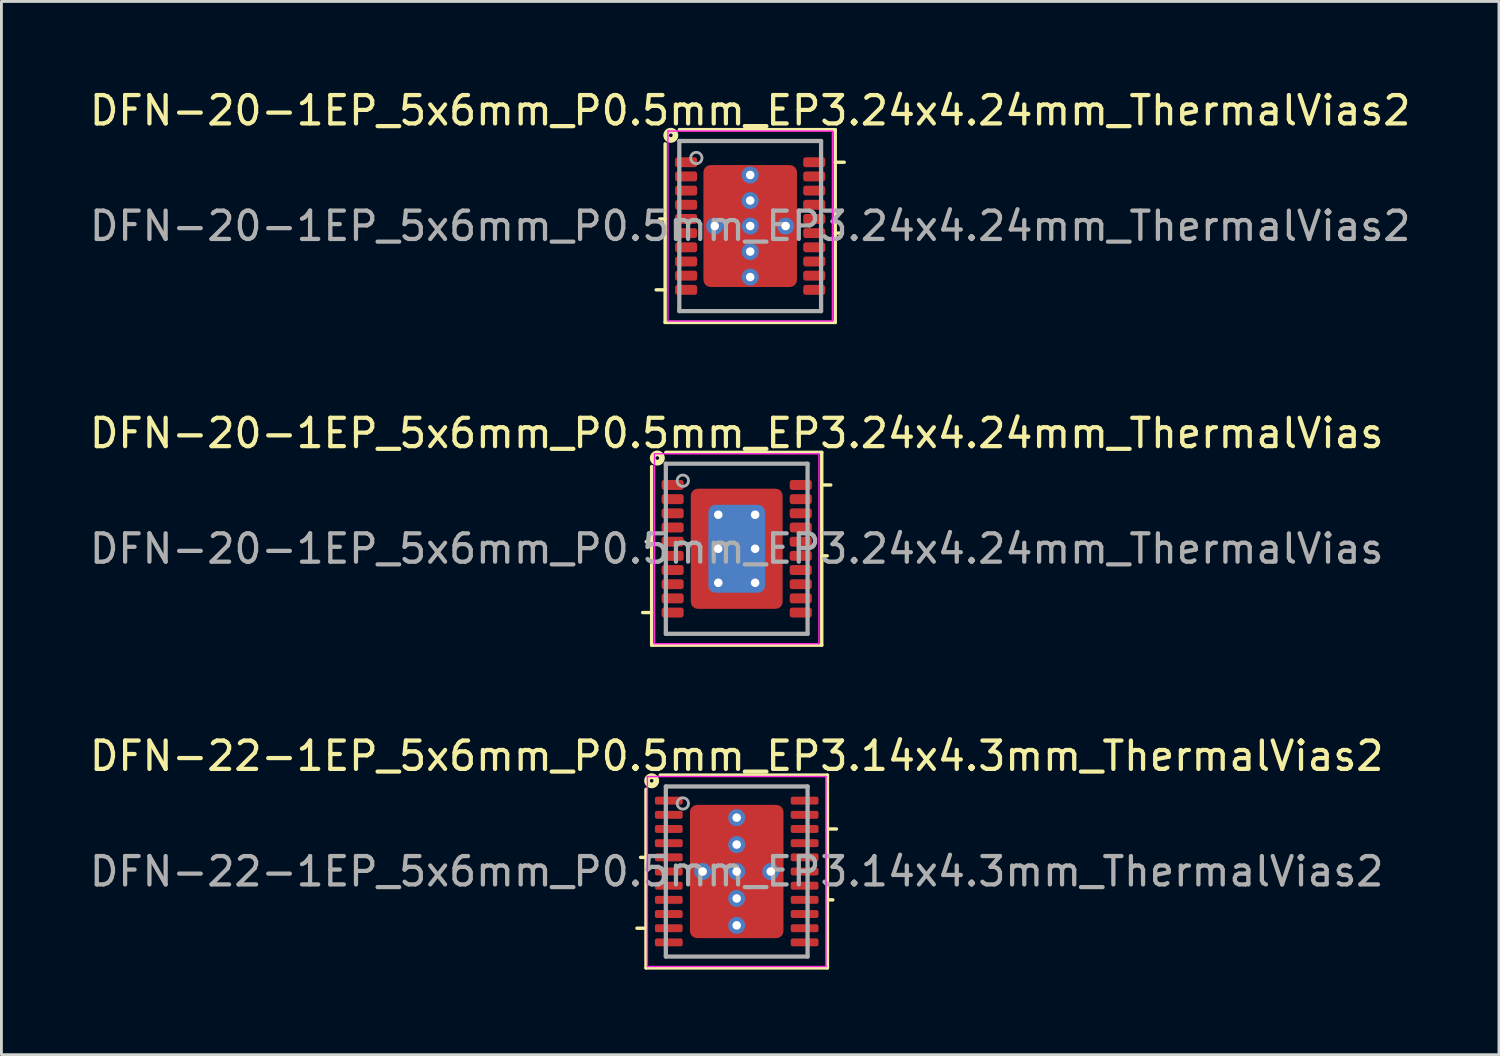
<source format=kicad_pcb>
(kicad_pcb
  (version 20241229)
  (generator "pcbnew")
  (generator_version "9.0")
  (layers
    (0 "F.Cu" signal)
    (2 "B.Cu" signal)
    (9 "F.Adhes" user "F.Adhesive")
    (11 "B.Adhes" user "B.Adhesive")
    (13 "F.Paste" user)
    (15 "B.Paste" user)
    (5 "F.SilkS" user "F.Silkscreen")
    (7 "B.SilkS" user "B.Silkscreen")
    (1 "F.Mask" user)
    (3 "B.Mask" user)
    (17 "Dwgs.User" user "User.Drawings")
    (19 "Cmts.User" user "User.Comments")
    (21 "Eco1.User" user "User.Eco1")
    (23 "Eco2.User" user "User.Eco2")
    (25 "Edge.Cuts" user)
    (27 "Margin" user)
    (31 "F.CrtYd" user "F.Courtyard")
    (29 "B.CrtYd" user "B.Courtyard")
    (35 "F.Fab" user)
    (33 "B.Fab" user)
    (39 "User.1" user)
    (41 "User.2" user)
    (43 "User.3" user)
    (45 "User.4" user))
  (footprint "DFN-20-1EP_5x6mm_P0.5mm_EP3.24x4.24mm_ThermalVias2"
    (layer "F.Cu")
    (at 23.411 4.923)
    (property "Reference" "DFN-20-1EP_5x6mm_P0.5mm_EP3.24x4.24mm_ThermalVias2" (at 0 -4.075 0) (layer "F.SilkS") (effects (font (size 1 1) (thickness 0.15))))
    (attr smd)
    (fp_line (start -3 -0.25) (end -3.191 -0.25) (stroke (width 0.12) (type solid)) (layer "F.SilkS"))
    (fp_line (start -3 2.25) (end -3.317 2.25) (stroke (width 0.12) (type solid)) (layer "F.SilkS"))
    (fp_line (start -3 3.4) (end -3 -2.9) (stroke (width 0.12) (type solid)) (layer "F.SilkS"))
    (fp_line (start -2.5 -3.4) (end 3 -3.4) (stroke (width 0.12) (type solid)) (layer "F.SilkS"))
    (fp_line (start 3 -3.4) (end 3 3.4) (stroke (width 0.12) (type solid)) (layer "F.SilkS"))
    (fp_line (start 3 -2.25) (end 3.317 -2.25) (stroke (width 0.12) (type solid)) (layer "F.SilkS"))
    (fp_line (start 3 0.25) (end 3.191 0.25) (stroke (width 0.12) (type solid)) (layer "F.SilkS"))
    (fp_line (start 3 3.4) (end -3 3.4) (stroke (width 0.12) (type solid)) (layer "F.SilkS"))
    (fp_circle (center -2.8 -3.2) (end -2.736 -3.2) (stroke (width 0.2) (type solid)) (fill no) (layer "F.SilkS"))
    (fp_line (start -2.9 -3.35) (end -2.9 3.35) (stroke (width 0.05) (type solid)) (layer "F.CrtYd"))
    (fp_line (start -2.9 -3.35) (end 2.9 -3.35) (stroke (width 0.05) (type solid)) (layer "F.CrtYd"))
    (fp_line (start -2.9 3.35) (end 2.9 3.35) (stroke (width 0.05) (type solid)) (layer "F.CrtYd"))
    (fp_line (start 2.9 -3.35) (end 2.9 3.35) (stroke (width 0.05) (type solid)) (layer "F.CrtYd"))
    (fp_line (start -2.5 -3) (end 2.5 -3) (stroke (width 0.15) (type solid)) (layer "F.Fab"))
    (fp_line (start -2.5 3) (end -2.5 -3) (stroke (width 0.15) (type solid)) (layer "F.Fab"))
    (fp_line (start 2.5 -3) (end 2.5 3) (stroke (width 0.15) (type solid)) (layer "F.Fab"))
    (fp_line (start 2.5 3) (end -2.5 3) (stroke (width 0.15) (type solid)) (layer "F.Fab"))
    (fp_circle (center -1.9 -2.4) (end -1.7 -2.4) (stroke (width 0.1) (type solid)) (fill no) (layer "F.Fab"))
    (fp_text user "${REFERENCE}" (at 0 0 0) (layer "F.Fab") (effects (font (size 1 1) (thickness 0.15))))
    (pad "" smd roundrect (at -0.925 -1.587) (size 1.05 0.625) (layers "F.Paste") (roundrect_rratio 0.25))
    (pad "" smd roundrect (at -0.925 -1.175) (size 1.25 1.75) (layers "F.Mask") (roundrect_rratio 0.192))
    (pad "" smd roundrect (at -0.925 -0.762) (size 1.05 0.625) (layers "F.Paste") (roundrect_rratio 0.25))
    (pad "" smd roundrect (at -0.925 0.762) (size 1.05 0.625) (layers "F.Paste") (roundrect_rratio 0.25))
    (pad "" smd roundrect (at -0.925 1.175) (size 1.25 1.75) (layers "F.Mask") (roundrect_rratio 0.192))
    (pad "" smd roundrect (at -0.925 1.587) (size 1.05 0.625) (layers "F.Paste") (roundrect_rratio 0.25))
    (pad "" smd roundrect (at 0.925 -1.587) (size 1.05 0.625) (layers "F.Paste") (roundrect_rratio 0.25))
    (pad "" smd roundrect (at 0.925 -1.175) (size 1.25 1.75) (layers "F.Mask") (roundrect_rratio 0.192))
    (pad "" smd roundrect (at 0.925 -0.762) (size 1.05 0.625) (layers "F.Paste") (roundrect_rratio 0.25))
    (pad "" smd roundrect (at 0.925 0.762) (size 1.05 0.625) (layers "F.Paste") (roundrect_rratio 0.25))
    (pad "" smd roundrect (at 0.925 1.175) (size 1.25 1.75) (layers "F.Mask") (roundrect_rratio 0.192))
    (pad "" smd roundrect (at 0.925 1.587) (size 1.05 0.625) (layers "F.Paste") (roundrect_rratio 0.25))
    (pad "1" smd roundrect (at -2.26 -2.25) (size 0.78 0.35) (layers "F.Cu" "F.Mask" "F.Paste") (roundrect_rratio 0.25))
    (pad "2" smd roundrect (at -2.26 -1.75) (size 0.78 0.35) (layers "F.Cu" "F.Mask" "F.Paste") (roundrect_rratio 0.25))
    (pad "3" smd roundrect (at -2.26 -1.25) (size 0.78 0.35) (layers "F.Cu" "F.Mask" "F.Paste") (roundrect_rratio 0.25))
    (pad "4" smd roundrect (at -2.26 -0.75) (size 0.78 0.35) (layers "F.Cu" "F.Mask" "F.Paste") (roundrect_rratio 0.25))
    (pad "5" smd roundrect (at -2.26 -0.25) (size 0.78 0.35) (layers "F.Cu" "F.Mask" "F.Paste") (roundrect_rratio 0.25))
    (pad "6" smd roundrect (at -2.26 0.25) (size 0.78 0.35) (layers "F.Cu" "F.Mask" "F.Paste") (roundrect_rratio 0.25))
    (pad "7" smd roundrect (at -2.26 0.75) (size 0.78 0.35) (layers "F.Cu" "F.Mask" "F.Paste") (roundrect_rratio 0.25))
    (pad "8" smd roundrect (at -2.26 1.25) (size 0.78 0.35) (layers "F.Cu" "F.Mask" "F.Paste") (roundrect_rratio 0.25))
    (pad "9" smd roundrect (at -2.26 1.75) (size 0.78 0.35) (layers "F.Cu" "F.Mask" "F.Paste") (roundrect_rratio 0.25))
    (pad "10" smd roundrect (at -2.26 2.25) (size 0.78 0.35) (layers "F.Cu" "F.Mask" "F.Paste") (roundrect_rratio 0.25))
    (pad "11" smd roundrect (at 2.26 2.25) (size 0.78 0.35) (layers "F.Cu" "F.Mask" "F.Paste") (roundrect_rratio 0.25))
    (pad "12" smd roundrect (at 2.26 1.75) (size 0.78 0.35) (layers "F.Cu" "F.Mask" "F.Paste") (roundrect_rratio 0.25))
    (pad "13" smd roundrect (at 2.26 1.25) (size 0.78 0.35) (layers "F.Cu" "F.Mask" "F.Paste") (roundrect_rratio 0.25))
    (pad "14" smd roundrect (at 2.26 0.75) (size 0.78 0.35) (layers "F.Cu" "F.Mask" "F.Paste") (roundrect_rratio 0.25))
    (pad "15" smd roundrect (at 2.26 0.25) (size 0.78 0.35) (layers "F.Cu" "F.Mask" "F.Paste") (roundrect_rratio 0.25))
    (pad "16" smd roundrect (at 2.26 -0.25) (size 0.78 0.35) (layers "F.Cu" "F.Mask" "F.Paste") (roundrect_rratio 0.25))
    (pad "17" smd roundrect (at 2.26 -0.75) (size 0.78 0.35) (layers "F.Cu" "F.Mask" "F.Paste") (roundrect_rratio 0.25))
    (pad "18" smd roundrect (at 2.26 -1.25) (size 0.78 0.35) (layers "F.Cu" "F.Mask" "F.Paste") (roundrect_rratio 0.25))
    (pad "19" smd roundrect (at 2.26 -1.75) (size 0.78 0.35) (layers "F.Cu" "F.Mask" "F.Paste") (roundrect_rratio 0.25))
    (pad "20" smd roundrect (at 2.26 -2.25) (size 0.78 0.35) (layers "F.Cu" "F.Mask" "F.Paste") (roundrect_rratio 0.25))
    (pad "21" thru_hole circle (at -1.25 0) (size 0.6 0.6) (drill 0.3) (property pad_prop_heatsink) (layers "*.Cu" "*.Mask"))
    (pad "21" thru_hole circle (at 0 -1.8) (size 0.6 0.6) (drill 0.3) (property pad_prop_heatsink) (layers "*.Cu" "*.Mask"))
    (pad "21" thru_hole circle (at 0 -0.9) (size 0.6 0.6) (drill 0.3) (property pad_prop_heatsink) (layers "*.Cu" "*.Mask"))
    (pad "21" thru_hole circle (at 0 0) (size 0.6 0.6) (drill 0.3) (property pad_prop_heatsink) (layers "*.Cu" "*.Mask"))
    (pad "21" smd roundrect (at 0 0) (size 3.3 4.3) (layers "F.Cu") (roundrect_rratio 0.076))
    (pad "21" thru_hole circle (at 0 0.9) (size 0.6 0.6) (drill 0.3) (property pad_prop_heatsink) (layers "*.Cu" "*.Mask"))
    (pad "21" thru_hole circle (at 0 1.8) (size 0.6 0.6) (drill 0.3) (property pad_prop_heatsink) (layers "*.Cu" "*.Mask"))
    (pad "21" thru_hole circle (at 1.25 0) (size 0.6 0.6) (drill 0.3) (property pad_prop_heatsink) (layers "*.Cu" "*.Mask")))
  (footprint "DFN-20-1EP_5x6mm_P0.5mm_EP3.24x4.24mm_ThermalVias"
    (layer "F.Cu")
    (at 22.935 16.306)
    (property "Reference" "DFN-20-1EP_5x6mm_P0.5mm_EP3.24x4.24mm_ThermalVias" (at 0 -4.075 0) (layer "F.SilkS") (effects (font (size 1 1) (thickness 0.15))))
    (attr smd)
    (fp_line (start -3 -0.25) (end -3.191 -0.25) (stroke (width 0.12) (type solid)) (layer "F.SilkS"))
    (fp_line (start -3 2.25) (end -3.317 2.25) (stroke (width 0.12) (type solid)) (layer "F.SilkS"))
    (fp_line (start -3 3.4) (end -3 -2.9) (stroke (width 0.12) (type solid)) (layer "F.SilkS"))
    (fp_line (start -2.5 -3.4) (end 3 -3.4) (stroke (width 0.12) (type solid)) (layer "F.SilkS"))
    (fp_line (start 3 -3.4) (end 3 3.4) (stroke (width 0.12) (type solid)) (layer "F.SilkS"))
    (fp_line (start 3 -2.25) (end 3.317 -2.25) (stroke (width 0.12) (type solid)) (layer "F.SilkS"))
    (fp_line (start 3 0.25) (end 3.191 0.25) (stroke (width 0.12) (type solid)) (layer "F.SilkS"))
    (fp_line (start 3 3.4) (end -3 3.4) (stroke (width 0.12) (type solid)) (layer "F.SilkS"))
    (fp_circle (center -2.8 -3.2) (end -2.736 -3.2) (stroke (width 0.2) (type solid)) (fill no) (layer "F.SilkS"))
    (fp_line (start -2.9 -3.35) (end -2.9 3.35) (stroke (width 0.05) (type solid)) (layer "F.CrtYd"))
    (fp_line (start -2.9 -3.35) (end 2.9 -3.35) (stroke (width 0.05) (type solid)) (layer "F.CrtYd"))
    (fp_line (start -2.9 3.35) (end 2.9 3.35) (stroke (width 0.05) (type solid)) (layer "F.CrtYd"))
    (fp_line (start 2.9 -3.35) (end 2.9 3.35) (stroke (width 0.05) (type solid)) (layer "F.CrtYd"))
    (fp_line (start -2.5 -3) (end 2.5 -3) (stroke (width 0.15) (type solid)) (layer "F.Fab"))
    (fp_line (start -2.5 3) (end -2.5 -3) (stroke (width 0.15) (type solid)) (layer "F.Fab"))
    (fp_line (start 2.5 -3) (end 2.5 3) (stroke (width 0.15) (type solid)) (layer "F.Fab"))
    (fp_line (start 2.5 3) (end -2.5 3) (stroke (width 0.15) (type solid)) (layer "F.Fab"))
    (fp_circle (center -1.9 -2.4) (end -1.7 -2.4) (stroke (width 0.1) (type solid)) (fill no) (layer "F.Fab"))
    (fp_text user "${REFERENCE}" (at 0 0 0) (layer "F.Fab") (effects (font (size 1 1) (thickness 0.15))))
    (pad "" smd roundrect (at -1.15 -1.675) (size 0.8 0.75) (layers "F.Paste") (roundrect_rratio 0.25))
    (pad "" smd roundrect (at -1.15 -0.6) (size 0.8 1) (layers "F.Paste") (roundrect_rratio 0.25))
    (pad "" smd roundrect (at -1.15 0.6) (size 0.8 1) (layers "F.Paste") (roundrect_rratio 0.25))
    (pad "" smd roundrect (at -1.15 1.675) (size 0.8 0.75) (layers "F.Paste") (roundrect_rratio 0.25))
    (pad "" smd roundrect (at 0 -1.675) (size 1.1 0.75) (layers "F.Paste") (roundrect_rratio 0.25))
    (pad "" smd roundrect (at 0 -0.6) (size 1.1 1) (layers "F.Paste") (roundrect_rratio 0.25))
    (pad "" smd roundrect (at 0 0.6) (size 1.1 1) (layers "F.Paste") (roundrect_rratio 0.25))
    (pad "" smd roundrect (at 0 1.675) (size 1.1 0.75) (layers "F.Paste") (roundrect_rratio 0.25))
    (pad "" smd roundrect (at 1.15 -1.675) (size 0.8 0.75) (layers "F.Paste") (roundrect_rratio 0.25))
    (pad "" smd roundrect (at 1.15 -0.6) (size 0.8 1) (layers "F.Paste") (roundrect_rratio 0.25))
    (pad "" smd roundrect (at 1.15 0.6) (size 0.8 1) (layers "F.Paste") (roundrect_rratio 0.25))
    (pad "" smd roundrect (at 1.15 1.675) (size 0.8 0.75) (layers "F.Paste") (roundrect_rratio 0.25))
    (pad "1" smd roundrect (at -2.26 -2.25) (size 0.78 0.35) (layers "F.Cu" "F.Mask" "F.Paste") (roundrect_rratio 0.25))
    (pad "2" smd roundrect (at -2.26 -1.75) (size 0.78 0.35) (layers "F.Cu" "F.Mask" "F.Paste") (roundrect_rratio 0.25))
    (pad "3" smd roundrect (at -2.26 -1.25) (size 0.78 0.35) (layers "F.Cu" "F.Mask" "F.Paste") (roundrect_rratio 0.25))
    (pad "4" smd roundrect (at -2.26 -0.75) (size 0.78 0.35) (layers "F.Cu" "F.Mask" "F.Paste") (roundrect_rratio 0.25))
    (pad "5" smd roundrect (at -2.26 -0.25) (size 0.78 0.35) (layers "F.Cu" "F.Mask" "F.Paste") (roundrect_rratio 0.25))
    (pad "6" smd roundrect (at -2.26 0.25) (size 0.78 0.35) (layers "F.Cu" "F.Mask" "F.Paste") (roundrect_rratio 0.25))
    (pad "7" smd roundrect (at -2.26 0.75) (size 0.78 0.35) (layers "F.Cu" "F.Mask" "F.Paste") (roundrect_rratio 0.25))
    (pad "8" smd roundrect (at -2.26 1.25) (size 0.78 0.35) (layers "F.Cu" "F.Mask" "F.Paste") (roundrect_rratio 0.25))
    (pad "9" smd roundrect (at -2.26 1.75) (size 0.78 0.35) (layers "F.Cu" "F.Mask" "F.Paste") (roundrect_rratio 0.25))
    (pad "10" smd roundrect (at -2.26 2.25) (size 0.78 0.35) (layers "F.Cu" "F.Mask" "F.Paste") (roundrect_rratio 0.25))
    (pad "11" smd roundrect (at 2.26 2.25) (size 0.78 0.35) (layers "F.Cu" "F.Mask" "F.Paste") (roundrect_rratio 0.25))
    (pad "12" smd roundrect (at 2.26 1.75) (size 0.78 0.35) (layers "F.Cu" "F.Mask" "F.Paste") (roundrect_rratio 0.25))
    (pad "13" smd roundrect (at 2.26 1.25) (size 0.78 0.35) (layers "F.Cu" "F.Mask" "F.Paste") (roundrect_rratio 0.25))
    (pad "14" smd roundrect (at 2.26 0.75) (size 0.78 0.35) (layers "F.Cu" "F.Mask" "F.Paste") (roundrect_rratio 0.25))
    (pad "15" smd roundrect (at 2.26 0.25) (size 0.78 0.35) (layers "F.Cu" "F.Mask" "F.Paste") (roundrect_rratio 0.25))
    (pad "16" smd roundrect (at 2.26 -0.25) (size 0.78 0.35) (layers "F.Cu" "F.Mask" "F.Paste") (roundrect_rratio 0.25))
    (pad "17" smd roundrect (at 2.26 -0.75) (size 0.78 0.35) (layers "F.Cu" "F.Mask" "F.Paste") (roundrect_rratio 0.25))
    (pad "18" smd roundrect (at 2.26 -1.25) (size 0.78 0.35) (layers "F.Cu" "F.Mask" "F.Paste") (roundrect_rratio 0.25))
    (pad "19" smd roundrect (at 2.26 -1.75) (size 0.78 0.35) (layers "F.Cu" "F.Mask" "F.Paste") (roundrect_rratio 0.25))
    (pad "20" smd roundrect (at 2.26 -2.25) (size 0.78 0.35) (layers "F.Cu" "F.Mask" "F.Paste") (roundrect_rratio 0.25))
    (pad "21" thru_hole circle (at -0.65 -1.2) (size 0.65 0.65) (drill 0.3) (property pad_prop_heatsink) (layers "*.Cu"))
    (pad "21" thru_hole circle (at -0.65 0) (size 0.65 0.65) (drill 0.3) (property pad_prop_heatsink) (layers "*.Cu"))
    (pad "21" thru_hole circle (at -0.65 1.2) (size 0.65 0.65) (drill 0.3) (property pad_prop_heatsink) (layers "*.Cu"))
    (pad "21" smd roundrect (at 0 0) (size 2 3.1) (layers "B.Cu" "B.Mask") (roundrect_rratio 0.125))
    (pad "21" smd roundrect (at 0 0) (size 3.24 4.24) (layers "F.Cu" "F.Mask") (roundrect_rratio 0.077))
    (pad "21" thru_hole circle (at 0.65 -1.2) (size 0.65 0.65) (drill 0.3) (property pad_prop_heatsink) (layers "*.Cu"))
    (pad "21" thru_hole circle (at 0.65 0) (size 0.65 0.65) (drill 0.3) (property pad_prop_heatsink) (layers "*.Cu"))
    (pad "21" thru_hole circle (at 0.65 1.2) (size 0.65 0.65) (drill 0.3) (property pad_prop_heatsink) (layers "*.Cu")))
  (footprint "DFN-22-1EP_5x6mm_P0.5mm_EP3.14x4.3mm_ThermalVias2"
    (layer "F.Cu")
    (at 22.935 27.69)
    (property "Reference" "DFN-22-1EP_5x6mm_P0.5mm_EP3.14x4.3mm_ThermalVias2" (at 0 -4.075 0) (layer "F.SilkS") (effects (font (size 1 1) (thickness 0.15))))
    (attr smd)
    (fp_line (start -3.2 -0.5) (end -3.39 -0.5) (stroke (width 0.12) (type solid)) (layer "F.SilkS"))
    (fp_line (start -3.2 2) (end -3.518 2) (stroke (width 0.12) (type solid)) (layer "F.SilkS"))
    (fp_line (start -3.2 3.4) (end -3.2 -2.9) (stroke (width 0.12) (type solid)) (layer "F.SilkS"))
    (fp_line (start -2.7 -3.4) (end 3.2 -3.4) (stroke (width 0.12) (type solid)) (layer "F.SilkS"))
    (fp_line (start 3.2 -3.4) (end 3.2 3.4) (stroke (width 0.12) (type solid)) (layer "F.SilkS"))
    (fp_line (start 3.2 -1.5) (end 3.518 -1.5) (stroke (width 0.12) (type solid)) (layer "F.SilkS"))
    (fp_line (start 3.2 1) (end 3.39 1) (stroke (width 0.12) (type solid)) (layer "F.SilkS"))
    (fp_line (start 3.2 3.4) (end -3.2 3.4) (stroke (width 0.12) (type solid)) (layer "F.SilkS"))
    (fp_circle (center -3 -3.2) (end -2.937 -3.2) (stroke (width 0.2) (type solid)) (fill no) (layer "F.SilkS"))
    (fp_line (start -3.15 -3.35) (end -3.15 3.35) (stroke (width 0.05) (type solid)) (layer "F.CrtYd"))
    (fp_line (start -3.15 -3.35) (end 3.15 -3.35) (stroke (width 0.05) (type solid)) (layer "F.CrtYd"))
    (fp_line (start -3.15 3.35) (end 3.15 3.35) (stroke (width 0.05) (type solid)) (layer "F.CrtYd"))
    (fp_line (start 3.15 -3.35) (end 3.15 3.35) (stroke (width 0.05) (type solid)) (layer "F.CrtYd"))
    (fp_line (start -2.5 -3) (end 2.5 -3) (stroke (width 0.15) (type solid)) (layer "F.Fab"))
    (fp_line (start -2.5 3) (end -2.5 -3) (stroke (width 0.15) (type solid)) (layer "F.Fab"))
    (fp_line (start 2.5 -3) (end 2.5 3) (stroke (width 0.15) (type solid)) (layer "F.Fab"))
    (fp_line (start 2.5 3) (end -2.5 3) (stroke (width 0.15) (type solid)) (layer "F.Fab"))
    (fp_circle (center -1.9 -2.4) (end -1.7 -2.4) (stroke (width 0.1) (type solid)) (fill no) (layer "F.Fab"))
    (fp_text user "${REFERENCE}" (at 0 0 0) (layer "F.Fab") (effects (font (size 1 1) (thickness 0.15))))
    (pad "" smd roundrect (at -0.9 -1.65) (size 1.1 0.7) (layers "F.Paste") (roundrect_rratio 0.25))
    (pad "" smd roundrect (at -0.9 -1.2) (size 1.3 1.9) (layers "F.Mask") (roundrect_rratio 0.208))
    (pad "" smd roundrect (at -0.9 -0.75) (size 1.1 0.7) (layers "F.Paste") (roundrect_rratio 0.25))
    (pad "" smd roundrect (at -0.9 0.75) (size 1.1 0.7) (layers "F.Paste") (roundrect_rratio 0.25))
    (pad "" smd roundrect (at -0.9 1.2) (size 1.3 1.9) (layers "F.Mask") (roundrect_rratio 0.208))
    (pad "" smd roundrect (at -0.9 1.65) (size 1.1 0.7) (layers "F.Paste") (roundrect_rratio 0.25))
    (pad "" smd roundrect (at 0.9 -1.65) (size 1.1 0.7) (layers "F.Paste") (roundrect_rratio 0.25))
    (pad "" smd roundrect (at 0.9 -1.2) (size 1.3 1.9) (layers "F.Mask") (roundrect_rratio 0.208))
    (pad "" smd roundrect (at 0.9 -0.75) (size 1.1 0.7) (layers "F.Paste") (roundrect_rratio 0.25))
    (pad "" smd roundrect (at 0.9 0.75) (size 1.1 0.7) (layers "F.Paste") (roundrect_rratio 0.25))
    (pad "" smd roundrect (at 0.9 1.2) (size 1.3 1.9) (layers "F.Mask") (roundrect_rratio 0.208))
    (pad "" smd roundrect (at 0.9 1.65) (size 1.1 0.7) (layers "F.Paste") (roundrect_rratio 0.25))
    (pad "1" smd roundrect (at -2.395 -2.5) (size 0.98 0.28) (layers "F.Cu" "F.Mask" "F.Paste") (roundrect_rratio 0.25))
    (pad "2" smd roundrect (at -2.395 -2) (size 0.98 0.28) (layers "F.Cu" "F.Mask" "F.Paste") (roundrect_rratio 0.25))
    (pad "3" smd roundrect (at -2.395 -1.5) (size 0.98 0.28) (layers "F.Cu" "F.Mask" "F.Paste") (roundrect_rratio 0.25))
    (pad "4" smd roundrect (at -2.395 -1) (size 0.98 0.28) (layers "F.Cu" "F.Mask" "F.Paste") (roundrect_rratio 0.25))
    (pad "5" smd roundrect (at -2.395 -0.5) (size 0.98 0.28) (layers "F.Cu" "F.Mask" "F.Paste") (roundrect_rratio 0.25))
    (pad "6" smd roundrect (at -2.395 0) (size 0.98 0.28) (layers "F.Cu" "F.Mask" "F.Paste") (roundrect_rratio 0.25))
    (pad "7" smd roundrect (at -2.395 0.5) (size 0.98 0.28) (layers "F.Cu" "F.Mask" "F.Paste") (roundrect_rratio 0.25))
    (pad "8" smd roundrect (at -2.395 1) (size 0.98 0.28) (layers "F.Cu" "F.Mask" "F.Paste") (roundrect_rratio 0.25))
    (pad "9" smd roundrect (at -2.395 1.5) (size 0.98 0.28) (layers "F.Cu" "F.Mask" "F.Paste") (roundrect_rratio 0.25))
    (pad "10" smd roundrect (at -2.395 2) (size 0.98 0.28) (layers "F.Cu" "F.Mask" "F.Paste") (roundrect_rratio 0.25))
    (pad "11" smd roundrect (at -2.395 2.5) (size 0.98 0.28) (layers "F.Cu" "F.Mask" "F.Paste") (roundrect_rratio 0.25))
    (pad "12" smd roundrect (at 2.395 2.5) (size 0.98 0.28) (layers "F.Cu" "F.Mask" "F.Paste") (roundrect_rratio 0.25))
    (pad "13" smd roundrect (at 2.395 2) (size 0.98 0.28) (layers "F.Cu" "F.Mask" "F.Paste") (roundrect_rratio 0.25))
    (pad "14" smd roundrect (at 2.395 1.5) (size 0.98 0.28) (layers "F.Cu" "F.Mask" "F.Paste") (roundrect_rratio 0.25))
    (pad "15" smd roundrect (at 2.395 1) (size 0.98 0.28) (layers "F.Cu" "F.Mask" "F.Paste") (roundrect_rratio 0.25))
    (pad "16" smd roundrect (at 2.395 0.5) (size 0.98 0.28) (layers "F.Cu" "F.Mask" "F.Paste") (roundrect_rratio 0.25))
    (pad "17" smd roundrect (at 2.395 0) (size 0.98 0.28) (layers "F.Cu" "F.Mask" "F.Paste") (roundrect_rratio 0.25))
    (pad "18" smd roundrect (at 2.395 -0.5) (size 0.98 0.28) (layers "F.Cu" "F.Mask" "F.Paste") (roundrect_rratio 0.25))
    (pad "19" smd roundrect (at 2.395 -1) (size 0.98 0.28) (layers "F.Cu" "F.Mask" "F.Paste") (roundrect_rratio 0.25))
    (pad "20" smd roundrect (at 2.395 -1.5) (size 0.98 0.28) (layers "F.Cu" "F.Mask" "F.Paste") (roundrect_rratio 0.25))
    (pad "21" smd roundrect (at 2.395 -2) (size 0.98 0.28) (layers "F.Cu" "F.Mask" "F.Paste") (roundrect_rratio 0.25))
    (pad "22" smd roundrect (at 2.395 -2.5) (size 0.98 0.28) (layers "F.Cu" "F.Mask" "F.Paste") (roundrect_rratio 0.25))
    (pad "23" thru_hole circle (at -1.2 0) (size 0.6 0.6) (drill 0.3) (property pad_prop_heatsink) (layers "*.Cu" "*.Mask"))
    (pad "23" thru_hole circle (at 0 -1.9) (size 0.6 0.6) (drill 0.3) (property pad_prop_heatsink) (layers "*.Cu" "*.Mask"))
    (pad "23" thru_hole circle (at 0 -0.95) (size 0.6 0.6) (drill 0.3) (property pad_prop_heatsink) (layers "*.Cu" "*.Mask"))
    (pad "23" thru_hole circle (at 0 0) (size 0.6 0.6) (drill 0.3) (property pad_prop_heatsink) (layers "*.Cu" "*.Mask"))
    (pad "23" smd roundrect (at 0 0) (size 3.3 4.7) (layers "F.Cu") (roundrect_rratio 0.076))
    (pad "23" thru_hole circle (at 0 0.95) (size 0.6 0.6) (drill 0.3) (property pad_prop_heatsink) (layers "*.Cu" "*.Mask"))
    (pad "23" thru_hole circle (at 0 1.9) (size 0.6 0.6) (drill 0.3) (property pad_prop_heatsink) (layers "*.Cu" "*.Mask"))
    (pad "23" thru_hole circle (at 1.2 0) (size 0.6 0.6) (drill 0.3) (property pad_prop_heatsink) (layers "*.Cu" "*.Mask")))
  (gr_rect
    (start -3 -3)
    (end 49.821 34.15)
    (stroke (width 0.1) (type default))
    (fill no)
    (layer "Edge.Cuts")))
</source>
